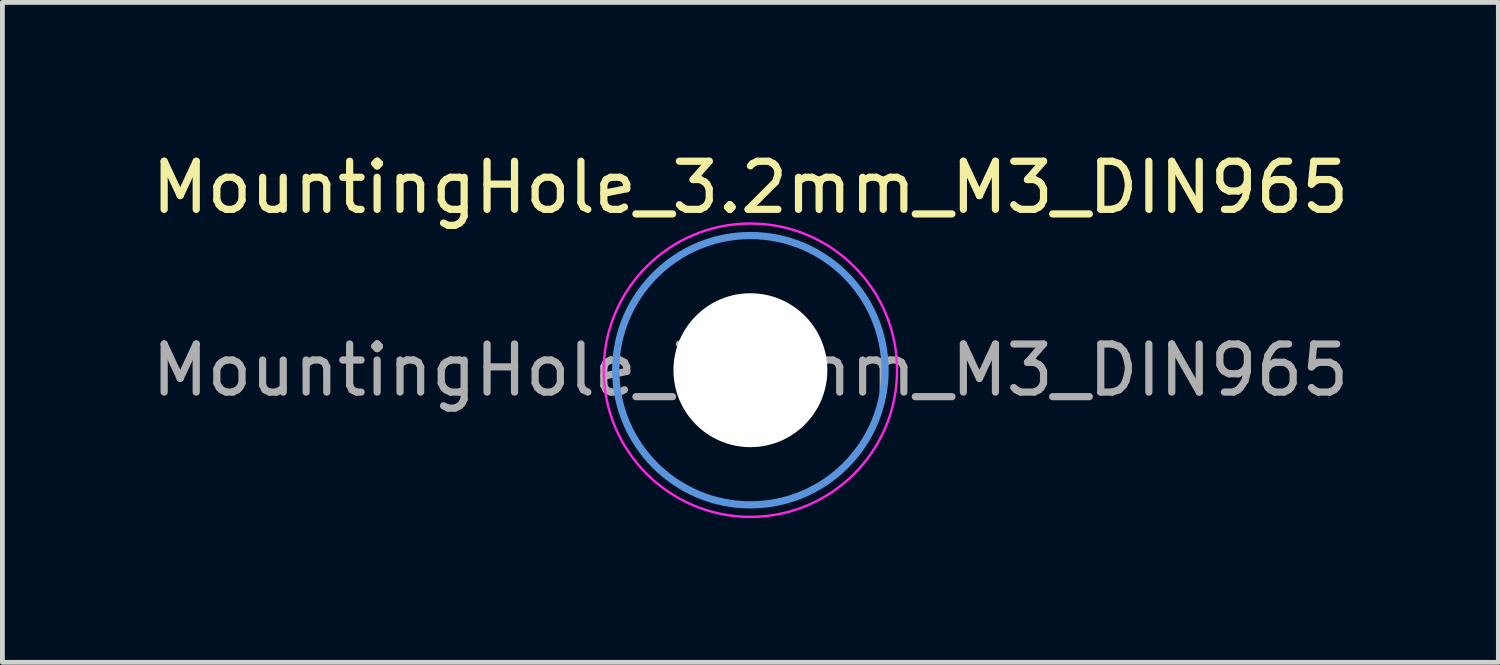
<source format=kicad_pcb>
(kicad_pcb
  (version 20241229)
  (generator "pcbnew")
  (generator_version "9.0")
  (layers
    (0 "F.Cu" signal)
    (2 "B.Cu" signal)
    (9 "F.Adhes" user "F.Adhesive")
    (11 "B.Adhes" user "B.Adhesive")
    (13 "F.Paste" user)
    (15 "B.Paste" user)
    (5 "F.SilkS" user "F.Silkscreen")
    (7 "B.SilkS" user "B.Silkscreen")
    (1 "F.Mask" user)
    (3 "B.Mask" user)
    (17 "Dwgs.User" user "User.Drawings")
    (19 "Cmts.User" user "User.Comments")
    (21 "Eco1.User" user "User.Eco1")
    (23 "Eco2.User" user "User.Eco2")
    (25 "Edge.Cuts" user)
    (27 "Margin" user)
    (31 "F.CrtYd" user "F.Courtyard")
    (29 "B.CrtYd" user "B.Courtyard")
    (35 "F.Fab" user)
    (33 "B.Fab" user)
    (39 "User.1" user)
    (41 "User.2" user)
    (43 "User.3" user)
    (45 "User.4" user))
  (footprint "MountingHole_3.2mm_M3_DIN965"
    (layer "F.Cu")
    (at 12.554 4.648)
    (property "Reference" "MountingHole_3.2mm_M3_DIN965" (at 0 -3.8 0) (layer "F.SilkS") (effects (font (size 1 1) (thickness 0.15))))
    (attr exclude_from_pos_files exclude_from_bom)
    (fp_circle (center 0 0) (end 2.8 0) (stroke (width 0.15) (type solid)) (fill no) (layer "Cmts.User"))
    (fp_circle (center 0 0) (end 3.05 0) (stroke (width 0.05) (type solid)) (fill no) (layer "F.CrtYd"))
    (fp_text user "${REFERENCE}" (at 0 0 0) (layer "F.Fab") (effects (font (size 1 1) (thickness 0.15))))
    (pad "" np_thru_hole circle (at 0 0) (size 3.2 3.2) (drill 3.2) (layers "*.Cu" "*.Mask" "F.Paste")))
  (gr_rect
    (start -3 -3)
    (end 28.107 10.723)
    (stroke (width 0.1) (type default))
    (fill no)
    (layer "Edge.Cuts")))
</source>
